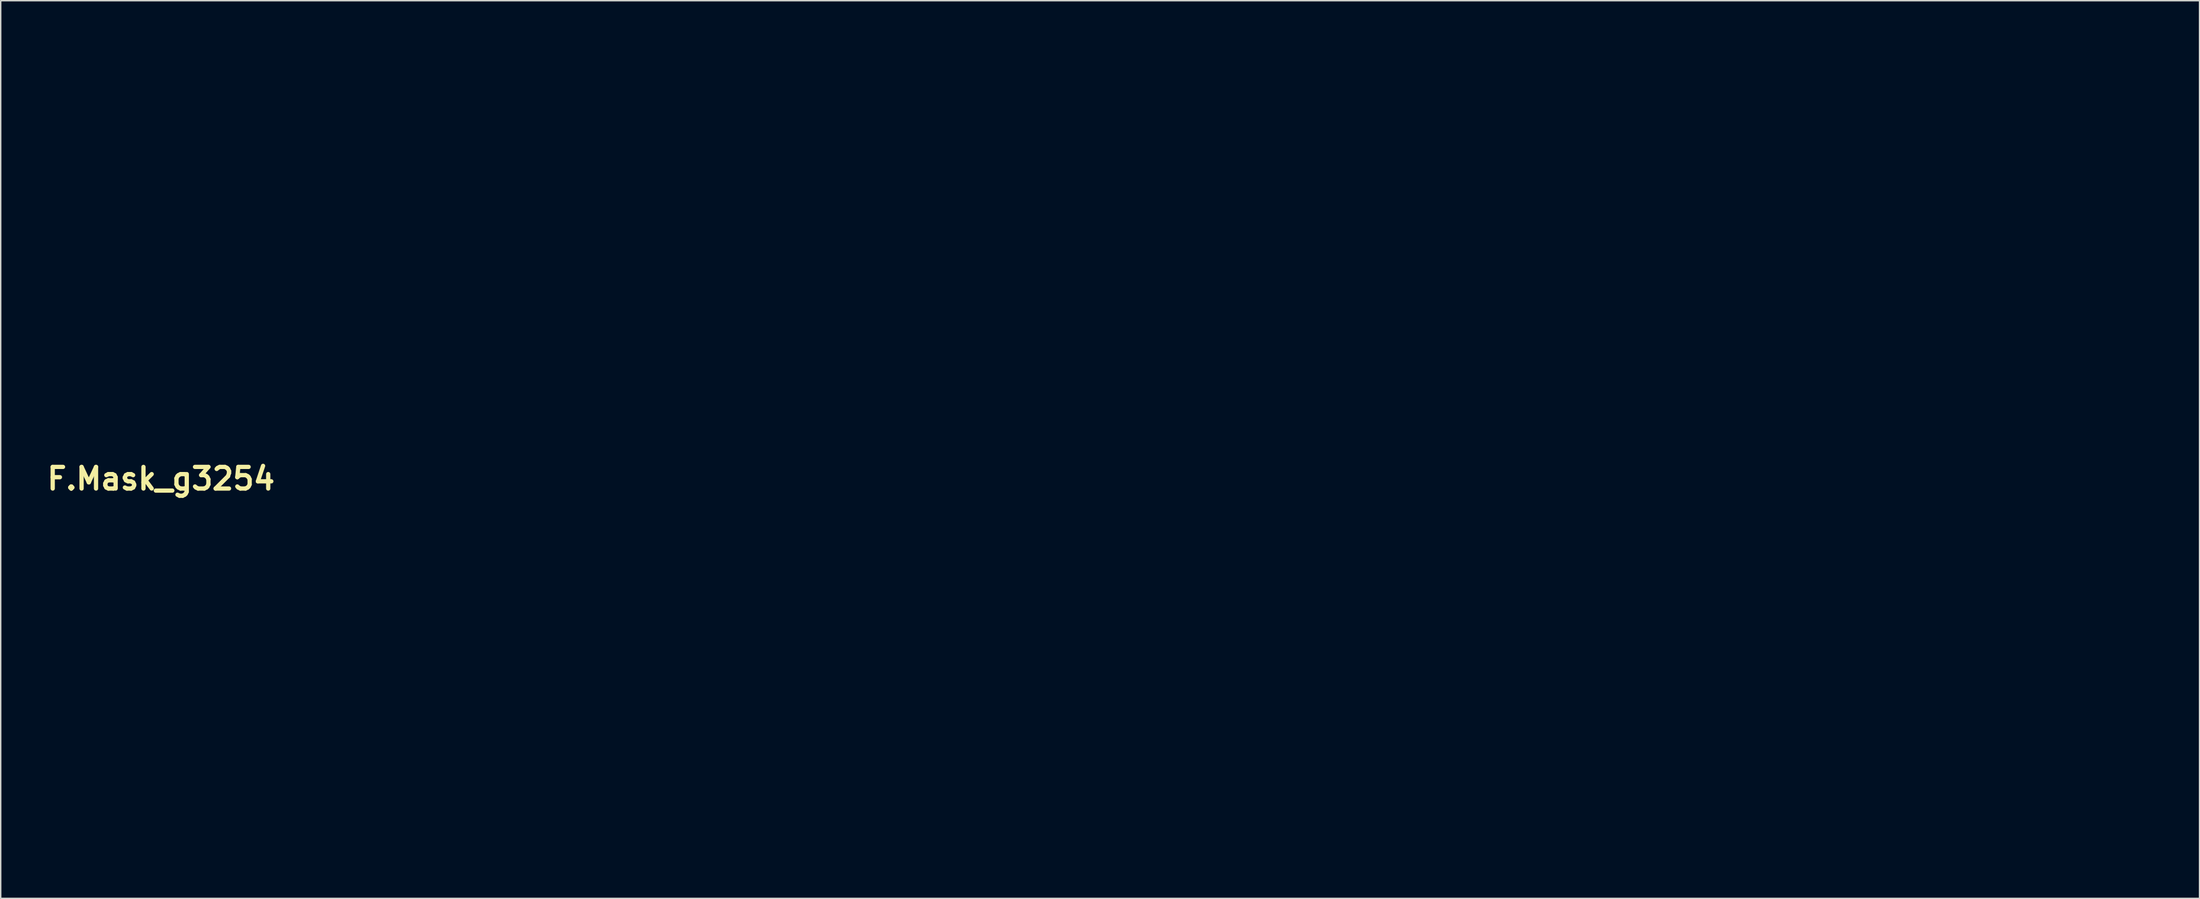
<source format=kicad_pcb>
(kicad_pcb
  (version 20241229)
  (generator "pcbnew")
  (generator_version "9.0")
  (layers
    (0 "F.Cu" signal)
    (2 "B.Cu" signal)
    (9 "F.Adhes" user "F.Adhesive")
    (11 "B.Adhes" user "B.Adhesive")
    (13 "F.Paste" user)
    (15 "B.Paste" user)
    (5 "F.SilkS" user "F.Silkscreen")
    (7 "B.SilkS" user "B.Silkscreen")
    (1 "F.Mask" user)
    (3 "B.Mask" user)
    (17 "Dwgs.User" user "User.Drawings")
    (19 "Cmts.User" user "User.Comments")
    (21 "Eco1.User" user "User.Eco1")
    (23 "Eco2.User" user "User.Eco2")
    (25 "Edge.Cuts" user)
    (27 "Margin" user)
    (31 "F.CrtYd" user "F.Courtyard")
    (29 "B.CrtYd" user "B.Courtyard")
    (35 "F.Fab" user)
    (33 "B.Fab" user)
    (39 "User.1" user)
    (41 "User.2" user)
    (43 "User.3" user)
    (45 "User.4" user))
  (footprint "F.Mask_g3254"
    (layer "F.Cu")
    (at 8.28 30.678)
    (property "Reference" "F.Mask_g3254" (at 0 0 0) (layer "F.SilkS") (effects (font (size 1.524 1.524) (thickness 0.3))))
    (attr through_hole)
    (fp_poly (pts (xy 18.723 -15.459) (xy 18.842 -15.425) (xy 18.95 -15.36) (xy 19.041 -15.264) (xy 19.083 -15.195) (xy 19.13 -15.06) (xy 19.141 -14.919) (xy 19.116 -14.783) (xy 19.056 -14.66) (xy 18.975 -14.566) (xy 18.855 -14.487) (xy 18.721 -14.444) (xy 18.581 -14.438) (xy 18.46 -14.465) (xy 18.339 -14.53) (xy 18.241 -14.625) (xy 18.171 -14.742) (xy 18.133 -14.874) (xy 18.13 -15.013) (xy 18.14 -15.071) (xy 18.19 -15.202) (xy 18.267 -15.307) (xy 18.366 -15.387) (xy 18.479 -15.439) (xy 18.6 -15.463) (xy 18.723 -15.459)) (stroke (width 0.01) (type solid)) (fill yes) (layer "F.Mask"))
    (fp_poly (pts (xy 20.069 -30.648) (xy 20.182 -30.594) (xy 20.278 -30.513) (xy 20.353 -30.408) (xy 20.4 -30.281) (xy 20.413 -30.162) (xy 20.395 -30.012) (xy 20.342 -29.882) (xy 20.256 -29.776) (xy 20.141 -29.697) (xy 20.057 -29.664) (xy 19.957 -29.641) (xy 19.873 -29.638) (xy 19.783 -29.655) (xy 19.753 -29.664) (xy 19.626 -29.725) (xy 19.523 -29.817) (xy 19.45 -29.933) (xy 19.411 -30.069) (xy 19.405 -30.149) (xy 19.42 -30.295) (xy 19.468 -30.418) (xy 19.551 -30.523) (xy 19.574 -30.544) (xy 19.692 -30.623) (xy 19.818 -30.666) (xy 19.946 -30.673) (xy 20.069 -30.648)) (stroke (width 0.01) (type solid)) (fill yes) (layer "F.Mask"))
    (fp_poly (pts (xy 124.222 -7.914) (xy 124.324 -7.879) (xy 124.443 -7.795) (xy 124.532 -7.687) (xy 124.588 -7.56) (xy 124.609 -7.423) (xy 124.593 -7.282) (xy 124.558 -7.186) (xy 124.499 -7.084) (xy 124.427 -7.011) (xy 124.328 -6.952) (xy 124.312 -6.944) (xy 124.176 -6.905) (xy 124.034 -6.905) (xy 123.896 -6.944) (xy 123.871 -6.955) (xy 123.756 -7.034) (xy 123.671 -7.135) (xy 123.617 -7.251) (xy 123.594 -7.377) (xy 123.602 -7.505) (xy 123.64 -7.628) (xy 123.708 -7.741) (xy 123.807 -7.836) (xy 123.878 -7.88) (xy 123.981 -7.914) (xy 124.101 -7.925) (xy 124.222 -7.914)) (stroke (width 0.01) (type solid)) (fill yes) (layer "F.Mask"))
    (fp_poly (pts (xy 130.699 -25.658) (xy 130.818 -25.589) (xy 130.918 -25.486) (xy 130.964 -25.412) (xy 130.996 -25.32) (xy 131.01 -25.208) (xy 131.006 -25.093) (xy 130.985 -24.991) (xy 130.97 -24.956) (xy 130.887 -24.836) (xy 130.779 -24.746) (xy 130.654 -24.687) (xy 130.518 -24.665) (xy 130.379 -24.68) (xy 130.349 -24.689) (xy 130.22 -24.752) (xy 130.118 -24.845) (xy 130.048 -24.963) (xy 130.011 -25.104) (xy 130.006 -25.183) (xy 130.023 -25.334) (xy 130.075 -25.461) (xy 130.161 -25.564) (xy 130.283 -25.643) (xy 130.291 -25.646) (xy 130.429 -25.689) (xy 130.567 -25.692) (xy 130.699 -25.658)) (stroke (width 0.01) (type solid)) (fill yes) (layer "F.Mask"))
    (fp_poly (pts (xy 31.496 -26.861) (xy 31.581 -26.822) (xy 31.669 -26.755) (xy 31.749 -26.671) (xy 31.808 -26.582) (xy 31.83 -26.53) (xy 31.854 -26.385) (xy 31.84 -26.246) (xy 31.792 -26.12) (xy 31.715 -26.012) (xy 31.611 -25.927) (xy 31.485 -25.872) (xy 31.382 -25.854) (xy 31.286 -25.855) (xy 31.191 -25.872) (xy 31.176 -25.876) (xy 31.075 -25.927) (xy 30.98 -26.008) (xy 30.904 -26.106) (xy 30.87 -26.173) (xy 30.842 -26.301) (xy 30.846 -26.439) (xy 30.881 -26.572) (xy 30.915 -26.641) (xy 31.005 -26.748) (xy 31.12 -26.825) (xy 31.252 -26.869) (xy 31.394 -26.878) (xy 31.496 -26.861)) (stroke (width 0.01) (type solid)) (fill yes) (layer "F.Mask"))
    (fp_poly (pts (xy 97.55 -11.696) (xy 97.638 -11.673) (xy 97.725 -11.62) (xy 97.809 -11.541) (xy 97.878 -11.449) (xy 97.913 -11.371) (xy 97.937 -11.226) (xy 97.924 -11.084) (xy 97.877 -10.954) (xy 97.8 -10.841) (xy 97.695 -10.753) (xy 97.627 -10.718) (xy 97.53 -10.694) (xy 97.414 -10.69) (xy 97.298 -10.705) (xy 97.199 -10.738) (xy 97.197 -10.739) (xy 97.085 -10.818) (xy 97.003 -10.919) (xy 96.95 -11.036) (xy 96.928 -11.161) (xy 96.935 -11.289) (xy 96.97 -11.412) (xy 97.035 -11.523) (xy 97.128 -11.616) (xy 97.236 -11.678) (xy 97.327 -11.701) (xy 97.438 -11.707) (xy 97.55 -11.696)) (stroke (width 0.01) (type solid)) (fill yes) (layer "F.Mask"))
    (fp_poly (pts (xy 125.766 -0.333) (xy 125.902 -0.292) (xy 125.91 -0.288) (xy 126.033 -0.21) (xy 126.121 -0.106) (xy 126.176 0.022) (xy 126.195 0.173) (xy 126.195 0.18) (xy 126.176 0.326) (xy 126.121 0.453) (xy 126.036 0.558) (xy 125.924 0.636) (xy 125.79 0.681) (xy 125.735 0.688) (xy 125.659 0.69) (xy 125.59 0.684) (xy 125.571 0.68) (xy 125.435 0.624) (xy 125.324 0.536) (xy 125.243 0.421) (xy 125.195 0.282) (xy 125.186 0.222) (xy 125.19 0.08) (xy 125.23 -0.048) (xy 125.3 -0.157) (xy 125.394 -0.244) (xy 125.506 -0.305) (xy 125.632 -0.336) (xy 125.766 -0.333)) (stroke (width 0.01) (type solid)) (fill yes) (layer "F.Mask"))
    (fp_poly (pts (xy 128.064 -25.994) (xy 128.182 -25.95) (xy 128.287 -25.876) (xy 128.373 -25.77) (xy 128.392 -25.736) (xy 128.426 -25.636) (xy 128.442 -25.517) (xy 128.438 -25.397) (xy 128.414 -25.295) (xy 128.412 -25.291) (xy 128.34 -25.17) (xy 128.241 -25.076) (xy 128.122 -25.013) (xy 127.991 -24.982) (xy 127.854 -24.987) (xy 127.73 -25.026) (xy 127.607 -25.106) (xy 127.514 -25.213) (xy 127.456 -25.34) (xy 127.433 -25.429) (xy 127.425 -25.498) (xy 127.434 -25.567) (xy 127.454 -25.645) (xy 127.512 -25.773) (xy 127.596 -25.874) (xy 127.699 -25.947) (xy 127.816 -25.992) (xy 127.94 -26.008) (xy 128.064 -25.994)) (stroke (width 0.01) (type solid)) (fill yes) (layer "F.Mask"))
    (fp_poly (pts (xy 120.708 17.919) (xy 120.842 17.986) (xy 120.937 18.064) (xy 121.036 18.191) (xy 121.097 18.333) (xy 121.119 18.483) (xy 121.101 18.637) (xy 121.051 18.771) (xy 120.963 18.907) (xy 120.853 19.008) (xy 120.72 19.073) (xy 120.562 19.105) (xy 120.534 19.107) (xy 120.415 19.105) (xy 120.322 19.09) (xy 120.305 19.084) (xy 120.16 19.009) (xy 120.041 18.905) (xy 119.952 18.776) (xy 119.906 18.659) (xy 119.89 18.539) (xy 119.9 18.404) (xy 119.932 18.274) (xy 119.958 18.211) (xy 120.044 18.084) (xy 120.155 17.988) (xy 120.283 17.922) (xy 120.422 17.888) (xy 120.566 17.887) (xy 120.708 17.919)) (stroke (width 0.01) (type solid)) (fill yes) (layer "F.Mask"))
    (fp_poly (pts (xy 13.729 -5.283) (xy 13.857 -5.23) (xy 13.959 -5.146) (xy 14.032 -5.034) (xy 14.073 -4.897) (xy 14.081 -4.794) (xy 14.063 -4.645) (xy 14.009 -4.515) (xy 13.922 -4.409) (xy 13.815 -4.336) (xy 13.733 -4.306) (xy 13.634 -4.288) (xy 13.534 -4.282) (xy 13.452 -4.291) (xy 13.441 -4.294) (xy 13.302 -4.359) (xy 13.192 -4.453) (xy 13.191 -4.454) (xy 13.142 -4.527) (xy 13.099 -4.622) (xy 13.069 -4.72) (xy 13.06 -4.794) (xy 13.072 -4.879) (xy 13.104 -4.978) (xy 13.148 -5.071) (xy 13.191 -5.134) (xy 13.288 -5.223) (xy 13.398 -5.277) (xy 13.528 -5.3) (xy 13.578 -5.301) (xy 13.729 -5.283)) (stroke (width 0.01) (type solid)) (fill yes) (layer "F.Mask"))
    (fp_poly (pts (xy 28.924 -3.39) (xy 29.015 -3.367) (xy 29.094 -3.321) (xy 29.175 -3.248) (xy 29.176 -3.247) (xy 29.256 -3.137) (xy 29.301 -3.01) (xy 29.312 -2.875) (xy 29.289 -2.74) (xy 29.232 -2.613) (xy 29.171 -2.533) (xy 29.066 -2.45) (xy 28.941 -2.398) (xy 28.804 -2.378) (xy 28.665 -2.394) (xy 28.636 -2.403) (xy 28.55 -2.443) (xy 28.467 -2.506) (xy 28.452 -2.52) (xy 28.365 -2.634) (xy 28.314 -2.761) (xy 28.298 -2.895) (xy 28.316 -3.028) (xy 28.367 -3.152) (xy 28.45 -3.261) (xy 28.542 -3.333) (xy 28.602 -3.367) (xy 28.656 -3.386) (xy 28.719 -3.395) (xy 28.806 -3.397) (xy 28.924 -3.39)) (stroke (width 0.01) (type solid)) (fill yes) (layer "F.Mask"))
    (fp_poly (pts (xy 95.671 -11.704) (xy 95.785 -11.656) (xy 95.887 -11.576) (xy 95.969 -11.464) (xy 95.976 -11.451) (xy 96.009 -11.382) (xy 96.026 -11.323) (xy 96.031 -11.256) (xy 96.029 -11.185) (xy 96.005 -11.034) (xy 95.945 -10.908) (xy 95.852 -10.806) (xy 95.796 -10.767) (xy 95.689 -10.721) (xy 95.564 -10.697) (xy 95.438 -10.698) (xy 95.356 -10.716) (xy 95.303 -10.743) (xy 95.236 -10.792) (xy 95.175 -10.847) (xy 95.084 -10.96) (xy 95.033 -11.078) (xy 95.02 -11.21) (xy 95.024 -11.26) (xy 95.058 -11.399) (xy 95.122 -11.514) (xy 95.209 -11.606) (xy 95.313 -11.671) (xy 95.429 -11.711) (xy 95.551 -11.722) (xy 95.671 -11.704)) (stroke (width 0.01) (type solid)) (fill yes) (layer "F.Mask"))
    (fp_poly (pts (xy 122.297 23.899) (xy 122.428 23.942) (xy 122.573 24.033) (xy 122.69 24.156) (xy 122.764 24.278) (xy 122.81 24.421) (xy 122.823 24.577) (xy 122.804 24.731) (xy 122.76 24.854) (xy 122.671 24.99) (xy 122.554 25.101) (xy 122.416 25.182) (xy 122.264 25.23) (xy 122.106 25.242) (xy 122.009 25.23) (xy 121.86 25.18) (xy 121.726 25.098) (xy 121.613 24.99) (xy 121.53 24.863) (xy 121.504 24.801) (xy 121.474 24.673) (xy 121.467 24.534) (xy 121.48 24.4) (xy 121.512 24.295) (xy 121.579 24.183) (xy 121.671 24.077) (xy 121.775 23.988) (xy 121.863 23.937) (xy 121.998 23.896) (xy 122.148 23.884) (xy 122.297 23.899)) (stroke (width 0.01) (type solid)) (fill yes) (layer "F.Mask"))
    (fp_poly (pts (xy 122.298 19.927) (xy 122.439 19.978) (xy 122.556 20.064) (xy 122.651 20.186) (xy 122.681 20.239) (xy 122.734 20.388) (xy 122.749 20.536) (xy 122.729 20.678) (xy 122.677 20.808) (xy 122.598 20.923) (xy 122.494 21.018) (xy 122.369 21.087) (xy 122.228 21.126) (xy 122.072 21.13) (xy 122.024 21.124) (xy 121.88 21.079) (xy 121.752 21.001) (xy 121.647 20.894) (xy 121.57 20.765) (xy 121.526 20.621) (xy 121.518 20.522) (xy 121.538 20.37) (xy 121.596 20.226) (xy 121.688 20.1) (xy 121.808 19.999) (xy 121.864 19.966) (xy 121.935 19.934) (xy 122.002 19.917) (xy 122.085 19.91) (xy 122.132 19.91) (xy 122.298 19.927)) (stroke (width 0.01) (type solid)) (fill yes) (layer "F.Mask"))
    (fp_poly (pts (xy 125.228 11.661) (xy 125.381 11.715) (xy 125.51 11.801) (xy 125.612 11.917) (xy 125.684 12.058) (xy 125.724 12.222) (xy 125.73 12.325) (xy 125.71 12.489) (xy 125.653 12.64) (xy 125.563 12.771) (xy 125.443 12.877) (xy 125.338 12.935) (xy 125.208 12.975) (xy 125.063 12.991) (xy 124.92 12.982) (xy 124.827 12.958) (xy 124.674 12.883) (xy 124.55 12.779) (xy 124.458 12.649) (xy 124.4 12.498) (xy 124.378 12.331) (xy 124.38 12.269) (xy 124.408 12.107) (xy 124.47 11.967) (xy 124.57 11.841) (xy 124.607 11.805) (xy 124.726 11.718) (xy 124.854 11.665) (xy 125.002 11.643) (xy 125.056 11.642) (xy 125.228 11.661)) (stroke (width 0.01) (type solid)) (fill yes) (layer "F.Mask"))
    (fp_poly (pts (xy 19.396 0.433) (xy 19.459 0.454) (xy 19.505 0.475) (xy 19.62 0.553) (xy 19.705 0.656) (xy 19.76 0.777) (xy 19.784 0.908) (xy 19.774 1.042) (xy 19.729 1.172) (xy 19.678 1.253) (xy 19.582 1.346) (xy 19.462 1.412) (xy 19.329 1.446) (xy 19.196 1.445) (xy 19.177 1.441) (xy 19.042 1.392) (xy 18.922 1.305) (xy 18.906 1.289) (xy 18.831 1.189) (xy 18.789 1.072) (xy 18.777 0.932) (xy 18.778 0.891) (xy 18.787 0.801) (xy 18.803 0.736) (xy 18.833 0.678) (xy 18.85 0.652) (xy 18.944 0.543) (xy 19.049 0.472) (xy 19.173 0.434) (xy 19.242 0.427) (xy 19.33 0.425) (xy 19.396 0.433)) (stroke (width 0.01) (type solid)) (fill yes) (layer "F.Mask"))
    (fp_poly (pts (xy 134.076 1.57) (xy 134.198 1.628) (xy 134.269 1.685) (xy 134.34 1.763) (xy 134.385 1.838) (xy 134.41 1.923) (xy 134.418 2.032) (xy 134.419 2.065) (xy 134.417 2.156) (xy 134.41 2.219) (xy 134.393 2.271) (xy 134.364 2.326) (xy 134.355 2.34) (xy 134.263 2.452) (xy 134.149 2.528) (xy 134.012 2.568) (xy 133.96 2.574) (xy 133.833 2.571) (xy 133.742 2.55) (xy 133.678 2.516) (xy 133.606 2.464) (xy 133.568 2.43) (xy 133.481 2.317) (xy 133.429 2.189) (xy 133.414 2.054) (xy 133.434 1.92) (xy 133.491 1.793) (xy 133.568 1.698) (xy 133.683 1.612) (xy 133.81 1.562) (xy 133.944 1.548) (xy 134.076 1.57)) (stroke (width 0.01) (type solid)) (fill yes) (layer "F.Mask"))
    (fp_poly (pts (xy 97.491 23.121) (xy 97.615 23.158) (xy 97.727 23.226) (xy 97.822 23.325) (xy 97.842 23.356) (xy 97.876 23.416) (xy 97.896 23.47) (xy 97.904 23.533) (xy 97.906 23.621) (xy 97.906 23.622) (xy 97.904 23.711) (xy 97.896 23.774) (xy 97.876 23.827) (xy 97.843 23.887) (xy 97.842 23.888) (xy 97.752 23.999) (xy 97.639 24.075) (xy 97.501 24.116) (xy 97.436 24.124) (xy 97.35 24.127) (xy 97.287 24.119) (xy 97.225 24.098) (xy 97.181 24.077) (xy 97.062 23.994) (xy 96.974 23.888) (xy 96.92 23.763) (xy 96.9 23.627) (xy 96.919 23.487) (xy 96.951 23.399) (xy 97.026 23.283) (xy 97.124 23.197) (xy 97.239 23.141) (xy 97.364 23.116) (xy 97.491 23.121)) (stroke (width 0.01) (type solid)) (fill yes) (layer "F.Mask"))
    (fp_poly (pts (xy 124.004 25.139) (xy 124.076 25.15) (xy 124.148 25.176) (xy 124.212 25.206) (xy 124.355 25.298) (xy 124.466 25.416) (xy 124.542 25.557) (xy 124.581 25.718) (xy 124.587 25.812) (xy 124.568 25.983) (xy 124.512 26.135) (xy 124.422 26.266) (xy 124.299 26.371) (xy 124.221 26.415) (xy 124.071 26.47) (xy 123.917 26.492) (xy 123.772 26.481) (xy 123.739 26.473) (xy 123.578 26.407) (xy 123.444 26.312) (xy 123.34 26.189) (xy 123.27 26.045) (xy 123.235 25.881) (xy 123.232 25.813) (xy 123.252 25.642) (xy 123.308 25.489) (xy 123.4 25.358) (xy 123.526 25.252) (xy 123.608 25.206) (xy 123.692 25.167) (xy 123.761 25.146) (xy 123.838 25.137) (xy 123.91 25.136) (xy 124.004 25.139)) (stroke (width 0.01) (type solid)) (fill yes) (layer "F.Mask"))
    (fp_poly (pts (xy 120.61 21.867) (xy 120.68 21.877) (xy 120.745 21.897) (xy 120.815 21.93) (xy 120.951 22.019) (xy 121.057 22.131) (xy 121.131 22.26) (xy 121.176 22.401) (xy 121.189 22.546) (xy 121.172 22.692) (xy 121.125 22.831) (xy 121.047 22.958) (xy 120.94 23.067) (xy 120.803 23.152) (xy 120.788 23.159) (xy 120.669 23.195) (xy 120.534 23.213) (xy 120.4 23.209) (xy 120.288 23.186) (xy 120.139 23.113) (xy 120.015 23.005) (xy 119.917 22.866) (xy 119.909 22.851) (xy 119.871 22.771) (xy 119.849 22.708) (xy 119.839 22.642) (xy 119.836 22.557) (xy 119.836 22.534) (xy 119.855 22.36) (xy 119.91 22.208) (xy 120.001 22.08) (xy 120.126 21.976) (xy 120.216 21.925) (xy 120.292 21.893) (xy 120.361 21.874) (xy 120.44 21.866) (xy 120.514 21.865) (xy 120.61 21.867)) (stroke (width 0.01) (type solid)) (fill yes) (layer "F.Mask"))
    (fp_poly (pts (xy 120.484 25.159) (xy 120.554 25.166) (xy 120.611 25.18) (xy 120.669 25.206) (xy 120.684 25.214) (xy 120.786 25.282) (xy 120.882 25.374) (xy 120.963 25.475) (xy 121.015 25.575) (xy 121.018 25.584) (xy 121.046 25.714) (xy 121.051 25.86) (xy 121.032 26.004) (xy 121.008 26.088) (xy 120.936 26.224) (xy 120.834 26.335) (xy 120.709 26.421) (xy 120.567 26.478) (xy 120.415 26.503) (xy 120.26 26.494) (xy 120.108 26.449) (xy 120.089 26.44) (xy 119.95 26.354) (xy 119.842 26.244) (xy 119.764 26.116) (xy 119.717 25.976) (xy 119.699 25.831) (xy 119.713 25.685) (xy 119.757 25.545) (xy 119.832 25.416) (xy 119.938 25.304) (xy 120.074 25.216) (xy 120.075 25.215) (xy 120.141 25.186) (xy 120.2 25.168) (xy 120.269 25.159) (xy 120.361 25.157) (xy 120.385 25.157) (xy 120.484 25.159)) (stroke (width 0.01) (type solid)) (fill yes) (layer "F.Mask"))
    (fp_poly (pts (xy 120.619 13.788) (xy 120.773 13.829) (xy 120.913 13.903) (xy 121.032 14.009) (xy 121.124 14.143) (xy 121.13 14.156) (xy 121.161 14.225) (xy 121.179 14.288) (xy 121.188 14.361) (xy 121.19 14.457) (xy 121.188 14.555) (xy 121.179 14.627) (xy 121.161 14.69) (xy 121.131 14.757) (xy 121.04 14.895) (xy 120.917 15.01) (xy 120.815 15.074) (xy 120.728 15.104) (xy 120.616 15.123) (xy 120.495 15.13) (xy 120.381 15.124) (xy 120.288 15.105) (xy 120.283 15.103) (xy 120.146 15.029) (xy 120.024 14.925) (xy 119.928 14.798) (xy 119.877 14.689) (xy 119.854 14.586) (xy 119.847 14.461) (xy 119.855 14.333) (xy 119.878 14.221) (xy 119.881 14.212) (xy 119.931 14.113) (xy 120.011 14.012) (xy 120.108 13.92) (xy 120.212 13.849) (xy 120.287 13.816) (xy 120.455 13.782) (xy 120.619 13.788)) (stroke (width 0.01) (type solid)) (fill yes) (layer "F.Mask"))
    (fp_poly (pts (xy 122.947 11.646) (xy 123.096 11.702) (xy 123.228 11.793) (xy 123.34 11.917) (xy 123.396 12.007) (xy 123.425 12.068) (xy 123.443 12.123) (xy 123.451 12.188) (xy 123.454 12.277) (xy 123.454 12.308) (xy 123.453 12.407) (xy 123.446 12.477) (xy 123.431 12.533) (xy 123.406 12.591) (xy 123.396 12.609) (xy 123.3 12.751) (xy 123.178 12.862) (xy 123.037 12.94) (xy 122.883 12.982) (xy 122.72 12.987) (xy 122.564 12.954) (xy 122.416 12.884) (xy 122.291 12.78) (xy 122.193 12.644) (xy 122.175 12.611) (xy 122.141 12.537) (xy 122.121 12.473) (xy 122.113 12.401) (xy 122.111 12.31) (xy 122.114 12.206) (xy 122.127 12.126) (xy 122.151 12.055) (xy 122.16 12.033) (xy 122.247 11.887) (xy 122.354 11.776) (xy 122.488 11.695) (xy 122.622 11.65) (xy 122.787 11.628) (xy 122.947 11.646)) (stroke (width 0.01) (type solid)) (fill yes) (layer "F.Mask"))
    (fp_poly (pts (xy 135.922 11.654) (xy 136.079 11.698) (xy 136.214 11.777) (xy 136.326 11.892) (xy 136.4 12.013) (xy 136.438 12.096) (xy 136.459 12.165) (xy 136.468 12.241) (xy 136.469 12.316) (xy 136.45 12.489) (xy 136.396 12.641) (xy 136.309 12.771) (xy 136.193 12.873) (xy 136.05 12.945) (xy 135.885 12.984) (xy 135.817 12.99) (xy 135.713 12.991) (xy 135.632 12.982) (xy 135.558 12.961) (xy 135.531 12.951) (xy 135.414 12.886) (xy 135.303 12.79) (xy 135.211 12.675) (xy 135.171 12.605) (xy 135.143 12.538) (xy 135.127 12.47) (xy 135.12 12.385) (xy 135.118 12.319) (xy 135.12 12.222) (xy 135.128 12.15) (xy 135.145 12.089) (xy 135.175 12.021) (xy 135.176 12.019) (xy 135.268 11.876) (xy 135.386 11.767) (xy 135.528 11.691) (xy 135.692 11.651) (xy 135.745 11.646) (xy 135.922 11.654)) (stroke (width 0.01) (type solid)) (fill yes) (layer "F.Mask"))
    (fp_poly (pts (xy 139.922 11.654) (xy 140.079 11.698) (xy 140.215 11.777) (xy 140.326 11.892) (xy 140.401 12.013) (xy 140.438 12.096) (xy 140.459 12.165) (xy 140.468 12.241) (xy 140.47 12.316) (xy 140.451 12.489) (xy 140.396 12.641) (xy 140.31 12.771) (xy 140.193 12.873) (xy 140.051 12.945) (xy 139.885 12.984) (xy 139.817 12.99) (xy 139.713 12.991) (xy 139.633 12.982) (xy 139.559 12.961) (xy 139.532 12.951) (xy 139.414 12.886) (xy 139.303 12.79) (xy 139.211 12.675) (xy 139.171 12.605) (xy 139.144 12.538) (xy 139.127 12.47) (xy 139.12 12.385) (xy 139.119 12.319) (xy 139.12 12.222) (xy 139.128 12.15) (xy 139.146 12.089) (xy 139.176 12.021) (xy 139.177 12.019) (xy 139.268 11.876) (xy 139.386 11.767) (xy 139.528 11.691) (xy 139.692 11.651) (xy 139.745 11.646) (xy 139.922 11.654)) (stroke (width 0.01) (type solid)) (fill yes) (layer "F.Mask"))
    (fp_poly (pts (xy 122.357 15.835) (xy 122.384 15.843) (xy 122.491 15.895) (xy 122.598 15.977) (xy 122.693 16.077) (xy 122.761 16.18) (xy 122.809 16.316) (xy 122.828 16.468) (xy 122.818 16.62) (xy 122.789 16.725) (xy 122.711 16.874) (xy 122.604 16.996) (xy 122.471 17.086) (xy 122.317 17.141) (xy 122.188 17.159) (xy 122.087 17.158) (xy 121.996 17.149) (xy 121.952 17.138) (xy 121.793 17.065) (xy 121.661 16.96) (xy 121.559 16.826) (xy 121.543 16.797) (xy 121.516 16.74) (xy 121.499 16.686) (xy 121.49 16.623) (xy 121.487 16.537) (xy 121.486 16.489) (xy 121.488 16.385) (xy 121.495 16.31) (xy 121.509 16.251) (xy 121.532 16.194) (xy 121.535 16.188) (xy 121.615 16.066) (xy 121.723 15.957) (xy 121.845 15.875) (xy 121.852 15.871) (xy 121.963 15.834) (xy 122.095 15.815) (xy 122.232 15.815) (xy 122.357 15.835)) (stroke (width 0.01) (type solid)) (fill yes) (layer "F.Mask"))
    (fp_poly (pts (xy 127.321 11.644) (xy 127.357 11.646) (xy 127.459 11.653) (xy 127.534 11.666) (xy 127.599 11.689) (xy 127.652 11.716) (xy 127.785 11.81) (xy 127.887 11.928) (xy 127.959 12.064) (xy 127.998 12.212) (xy 128.005 12.364) (xy 127.979 12.515) (xy 127.917 12.658) (xy 127.82 12.786) (xy 127.817 12.79) (xy 127.694 12.887) (xy 127.55 12.954) (xy 127.395 12.99) (xy 127.238 12.992) (xy 127.103 12.962) (xy 126.954 12.889) (xy 126.83 12.782) (xy 126.733 12.643) (xy 126.725 12.627) (xy 126.687 12.548) (xy 126.664 12.484) (xy 126.654 12.419) (xy 126.652 12.333) (xy 126.652 12.311) (xy 126.657 12.198) (xy 126.672 12.111) (xy 126.697 12.04) (xy 126.781 11.903) (xy 126.897 11.787) (xy 127.034 11.7) (xy 127.045 11.695) (xy 127.115 11.666) (xy 127.173 11.649) (xy 127.237 11.643) (xy 127.321 11.644)) (stroke (width 0.01) (type solid)) (fill yes) (layer "F.Mask"))
    (fp_poly (pts (xy 120.752 11.439) (xy 120.87 11.462) (xy 121.042 11.528) (xy 121.196 11.63) (xy 121.328 11.763) (xy 121.431 11.922) (xy 121.439 11.938) (xy 121.496 12.103) (xy 121.518 12.281) (xy 121.507 12.463) (xy 121.462 12.637) (xy 121.388 12.788) (xy 121.269 12.938) (xy 121.124 13.057) (xy 120.959 13.141) (xy 120.78 13.19) (xy 120.591 13.201) (xy 120.46 13.185) (xy 120.3 13.134) (xy 120.146 13.047) (xy 120.008 12.933) (xy 119.894 12.797) (xy 119.829 12.684) (xy 119.803 12.626) (xy 119.787 12.574) (xy 119.777 12.516) (xy 119.773 12.44) (xy 119.772 12.335) (xy 119.772 12.319) (xy 119.772 12.211) (xy 119.776 12.133) (xy 119.785 12.074) (xy 119.8 12.022) (xy 119.825 11.964) (xy 119.837 11.938) (xy 119.936 11.775) (xy 120.064 11.641) (xy 120.214 11.538) (xy 120.382 11.468) (xy 120.563 11.435) (xy 120.752 11.439)) (stroke (width 0.01) (type solid)) (fill yes) (layer "F.Mask"))
    (fp_poly (pts (xy 126.312 24.84) (xy 126.387 24.844) (xy 126.445 24.853) (xy 126.497 24.87) (xy 126.557 24.897) (xy 126.579 24.908) (xy 126.739 25.008) (xy 126.869 25.134) (xy 126.968 25.28) (xy 127.035 25.44) (xy 127.068 25.609) (xy 127.068 25.783) (xy 127.032 25.955) (xy 126.961 26.12) (xy 126.853 26.273) (xy 126.828 26.3) (xy 126.701 26.414) (xy 126.566 26.492) (xy 126.413 26.538) (xy 126.238 26.557) (xy 126.104 26.557) (xy 126 26.547) (xy 125.952 26.536) (xy 125.779 26.461) (xy 125.633 26.359) (xy 125.58 26.308) (xy 125.465 26.162) (xy 125.385 26.001) (xy 125.342 25.832) (xy 125.333 25.659) (xy 125.357 25.488) (xy 125.414 25.326) (xy 125.503 25.176) (xy 125.622 25.045) (xy 125.77 24.938) (xy 125.831 24.907) (xy 125.897 24.877) (xy 125.952 24.857) (xy 126.009 24.846) (xy 126.08 24.841) (xy 126.177 24.839) (xy 126.207 24.839) (xy 126.312 24.84)) (stroke (width 0.01) (type solid)) (fill yes) (layer "F.Mask")))
  (gr_rect
    (start -3 -3)
    (end 151.755 60.24)
    (stroke (width 0.1) (type default))
    (fill no)
    (layer "Edge.Cuts")))
</source>
